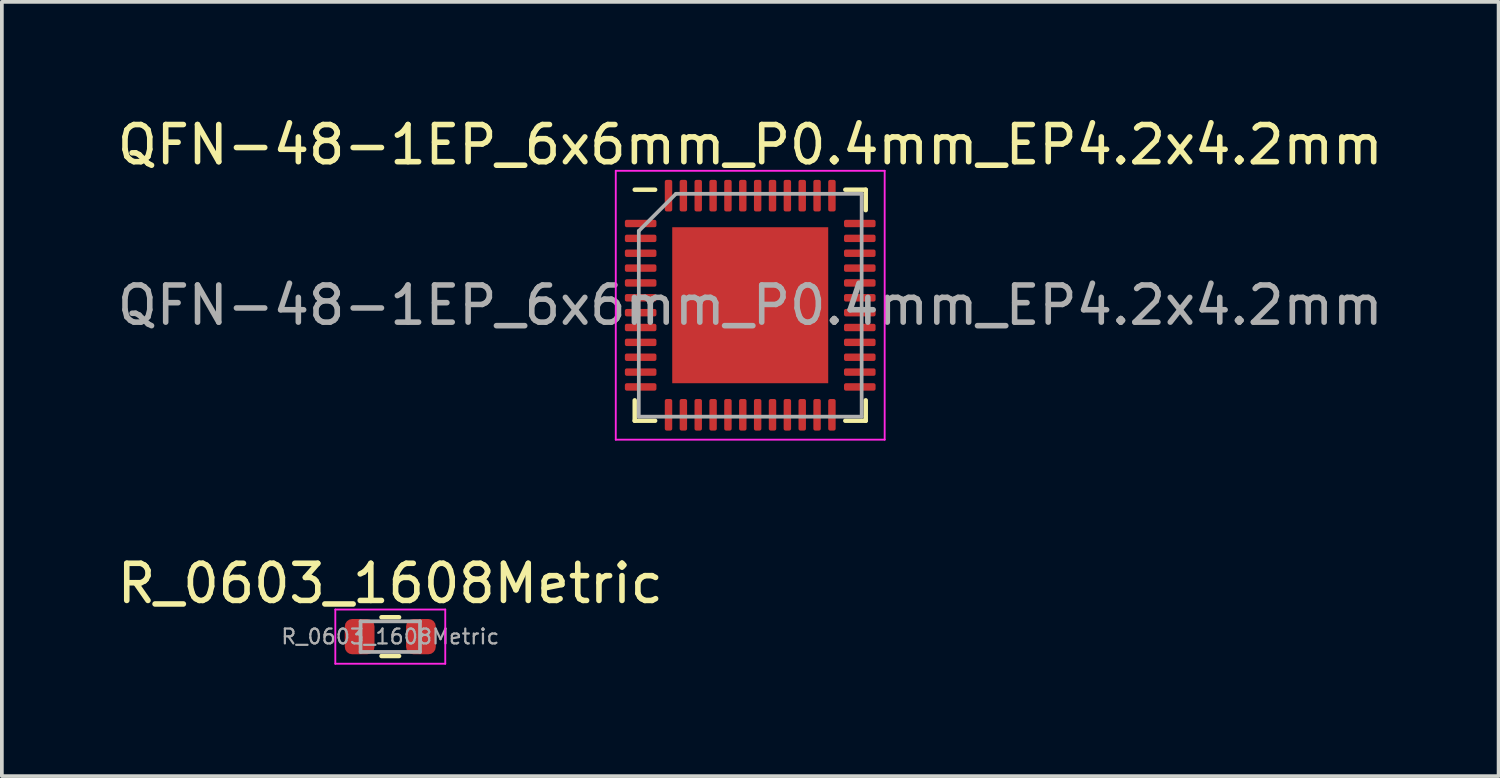
<source format=kicad_pcb>
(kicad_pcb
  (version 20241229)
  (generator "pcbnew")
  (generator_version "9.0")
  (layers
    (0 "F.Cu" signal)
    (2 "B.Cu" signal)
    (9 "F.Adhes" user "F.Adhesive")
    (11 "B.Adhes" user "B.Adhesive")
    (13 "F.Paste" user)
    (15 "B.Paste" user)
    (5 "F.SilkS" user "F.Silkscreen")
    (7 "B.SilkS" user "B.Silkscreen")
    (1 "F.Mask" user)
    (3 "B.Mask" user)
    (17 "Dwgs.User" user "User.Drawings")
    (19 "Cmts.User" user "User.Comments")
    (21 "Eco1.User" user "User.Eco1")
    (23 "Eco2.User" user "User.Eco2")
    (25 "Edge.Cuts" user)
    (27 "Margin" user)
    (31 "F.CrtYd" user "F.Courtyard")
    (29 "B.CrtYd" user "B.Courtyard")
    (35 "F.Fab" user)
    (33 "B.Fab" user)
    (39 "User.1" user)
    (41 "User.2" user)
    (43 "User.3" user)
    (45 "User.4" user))
  (footprint "QFN-48-1EP_6x6mm_P0.4mm_EP4.2x4.2mm"
    (layer "F.Cu")
    (at 17.149 5.168)
    (property "Reference" "QFN-48-1EP_6x6mm_P0.4mm_EP4.2x4.2mm" (at 0 -4.32 0) (layer "F.SilkS") (effects (font (size 1 1) (thickness 0.15))))
    (attr smd)
    (fp_line (start -3.11 3.11) (end -3.11 2.56) (stroke (width 0.12) (type solid)) (layer "F.SilkS"))
    (fp_line (start -2.56 -3.11) (end -3.11 -3.11) (stroke (width 0.12) (type solid)) (layer "F.SilkS"))
    (fp_line (start -2.56 3.11) (end -3.11 3.11) (stroke (width 0.12) (type solid)) (layer "F.SilkS"))
    (fp_line (start 2.56 -3.11) (end 3.11 -3.11) (stroke (width 0.12) (type solid)) (layer "F.SilkS"))
    (fp_line (start 2.56 3.11) (end 3.11 3.11) (stroke (width 0.12) (type solid)) (layer "F.SilkS"))
    (fp_line (start 3.11 -3.11) (end 3.11 -2.56) (stroke (width 0.12) (type solid)) (layer "F.SilkS"))
    (fp_line (start 3.11 3.11) (end 3.11 2.56) (stroke (width 0.12) (type solid)) (layer "F.SilkS"))
    (fp_line (start -3.62 -3.62) (end -3.62 3.62) (stroke (width 0.05) (type solid)) (layer "F.CrtYd"))
    (fp_line (start -3.62 3.62) (end 3.62 3.62) (stroke (width 0.05) (type solid)) (layer "F.CrtYd"))
    (fp_line (start 3.62 -3.62) (end -3.62 -3.62) (stroke (width 0.05) (type solid)) (layer "F.CrtYd"))
    (fp_line (start 3.62 3.62) (end 3.62 -3.62) (stroke (width 0.05) (type solid)) (layer "F.CrtYd"))
    (fp_line (start -3 -2) (end -2 -3) (stroke (width 0.1) (type solid)) (layer "F.Fab"))
    (fp_line (start -3 3) (end -3 -2) (stroke (width 0.1) (type solid)) (layer "F.Fab"))
    (fp_line (start -2 -3) (end 3 -3) (stroke (width 0.1) (type solid)) (layer "F.Fab"))
    (fp_line (start 3 -3) (end 3 3) (stroke (width 0.1) (type solid)) (layer "F.Fab"))
    (fp_line (start 3 3) (end -3 3) (stroke (width 0.1) (type solid)) (layer "F.Fab"))
    (fp_text user "${REFERENCE}" (at 0 0 0) (layer "F.Fab") (effects (font (size 1 1) (thickness 0.15))))
    (pad "" smd roundrect (at -1.4 -1.4) (size 1.13 1.13) (layers "F.Paste") (roundrect_rratio 0.221))
    (pad "" smd roundrect (at -1.4 0) (size 1.13 1.13) (layers "F.Paste") (roundrect_rratio 0.221))
    (pad "" smd roundrect (at -1.4 1.4) (size 1.13 1.13) (layers "F.Paste") (roundrect_rratio 0.221))
    (pad "" smd roundrect (at 0 -1.4) (size 1.13 1.13) (layers "F.Paste") (roundrect_rratio 0.221))
    (pad "" smd roundrect (at 0 0) (size 1.13 1.13) (layers "F.Paste") (roundrect_rratio 0.221))
    (pad "" smd roundrect (at 0 1.4) (size 1.13 1.13) (layers "F.Paste") (roundrect_rratio 0.221))
    (pad "" smd roundrect (at 1.4 -1.4) (size 1.13 1.13) (layers "F.Paste") (roundrect_rratio 0.221))
    (pad "" smd roundrect (at 1.4 0) (size 1.13 1.13) (layers "F.Paste") (roundrect_rratio 0.221))
    (pad "" smd roundrect (at 1.4 1.4) (size 1.13 1.13) (layers "F.Paste") (roundrect_rratio 0.221))
    (pad "1" smd roundrect (at -2.95 -2.2) (size 0.85 0.2) (layers "F.Cu" "F.Mask" "F.Paste") (roundrect_rratio 0.25))
    (pad "2" smd roundrect (at -2.95 -1.8) (size 0.85 0.2) (layers "F.Cu" "F.Mask" "F.Paste") (roundrect_rratio 0.25))
    (pad "3" smd roundrect (at -2.95 -1.4) (size 0.85 0.2) (layers "F.Cu" "F.Mask" "F.Paste") (roundrect_rratio 0.25))
    (pad "4" smd roundrect (at -2.95 -1) (size 0.85 0.2) (layers "F.Cu" "F.Mask" "F.Paste") (roundrect_rratio 0.25))
    (pad "5" smd roundrect (at -2.95 -0.6) (size 0.85 0.2) (layers "F.Cu" "F.Mask" "F.Paste") (roundrect_rratio 0.25))
    (pad "6" smd roundrect (at -2.95 -0.2) (size 0.85 0.2) (layers "F.Cu" "F.Mask" "F.Paste") (roundrect_rratio 0.25))
    (pad "7" smd roundrect (at -2.95 0.2) (size 0.85 0.2) (layers "F.Cu" "F.Mask" "F.Paste") (roundrect_rratio 0.25))
    (pad "8" smd roundrect (at -2.95 0.6) (size 0.85 0.2) (layers "F.Cu" "F.Mask" "F.Paste") (roundrect_rratio 0.25))
    (pad "9" smd roundrect (at -2.95 1) (size 0.85 0.2) (layers "F.Cu" "F.Mask" "F.Paste") (roundrect_rratio 0.25))
    (pad "10" smd roundrect (at -2.95 1.4) (size 0.85 0.2) (layers "F.Cu" "F.Mask" "F.Paste") (roundrect_rratio 0.25))
    (pad "11" smd roundrect (at -2.95 1.8) (size 0.85 0.2) (layers "F.Cu" "F.Mask" "F.Paste") (roundrect_rratio 0.25))
    (pad "12" smd roundrect (at -2.95 2.2) (size 0.85 0.2) (layers "F.Cu" "F.Mask" "F.Paste") (roundrect_rratio 0.25))
    (pad "13" smd roundrect (at -2.2 2.95) (size 0.2 0.85) (layers "F.Cu" "F.Mask" "F.Paste") (roundrect_rratio 0.25))
    (pad "14" smd roundrect (at -1.8 2.95) (size 0.2 0.85) (layers "F.Cu" "F.Mask" "F.Paste") (roundrect_rratio 0.25))
    (pad "15" smd roundrect (at -1.4 2.95) (size 0.2 0.85) (layers "F.Cu" "F.Mask" "F.Paste") (roundrect_rratio 0.25))
    (pad "16" smd roundrect (at -1 2.95) (size 0.2 0.85) (layers "F.Cu" "F.Mask" "F.Paste") (roundrect_rratio 0.25))
    (pad "17" smd roundrect (at -0.6 2.95) (size 0.2 0.85) (layers "F.Cu" "F.Mask" "F.Paste") (roundrect_rratio 0.25))
    (pad "18" smd roundrect (at -0.2 2.95) (size 0.2 0.85) (layers "F.Cu" "F.Mask" "F.Paste") (roundrect_rratio 0.25))
    (pad "19" smd roundrect (at 0.2 2.95) (size 0.2 0.85) (layers "F.Cu" "F.Mask" "F.Paste") (roundrect_rratio 0.25))
    (pad "20" smd roundrect (at 0.6 2.95) (size 0.2 0.85) (layers "F.Cu" "F.Mask" "F.Paste") (roundrect_rratio 0.25))
    (pad "21" smd roundrect (at 1 2.95) (size 0.2 0.85) (layers "F.Cu" "F.Mask" "F.Paste") (roundrect_rratio 0.25))
    (pad "22" smd roundrect (at 1.4 2.95) (size 0.2 0.85) (layers "F.Cu" "F.Mask" "F.Paste") (roundrect_rratio 0.25))
    (pad "23" smd roundrect (at 1.8 2.95) (size 0.2 0.85) (layers "F.Cu" "F.Mask" "F.Paste") (roundrect_rratio 0.25))
    (pad "24" smd roundrect (at 2.2 2.95) (size 0.2 0.85) (layers "F.Cu" "F.Mask" "F.Paste") (roundrect_rratio 0.25))
    (pad "25" smd roundrect (at 2.95 2.2) (size 0.85 0.2) (layers "F.Cu" "F.Mask" "F.Paste") (roundrect_rratio 0.25))
    (pad "26" smd roundrect (at 2.95 1.8) (size 0.85 0.2) (layers "F.Cu" "F.Mask" "F.Paste") (roundrect_rratio 0.25))
    (pad "27" smd roundrect (at 2.95 1.4) (size 0.85 0.2) (layers "F.Cu" "F.Mask" "F.Paste") (roundrect_rratio 0.25))
    (pad "28" smd roundrect (at 2.95 1) (size 0.85 0.2) (layers "F.Cu" "F.Mask" "F.Paste") (roundrect_rratio 0.25))
    (pad "29" smd roundrect (at 2.95 0.6) (size 0.85 0.2) (layers "F.Cu" "F.Mask" "F.Paste") (roundrect_rratio 0.25))
    (pad "30" smd roundrect (at 2.95 0.2) (size 0.85 0.2) (layers "F.Cu" "F.Mask" "F.Paste") (roundrect_rratio 0.25))
    (pad "31" smd roundrect (at 2.95 -0.2) (size 0.85 0.2) (layers "F.Cu" "F.Mask" "F.Paste") (roundrect_rratio 0.25))
    (pad "32" smd roundrect (at 2.95 -0.6) (size 0.85 0.2) (layers "F.Cu" "F.Mask" "F.Paste") (roundrect_rratio 0.25))
    (pad "33" smd roundrect (at 2.95 -1) (size 0.85 0.2) (layers "F.Cu" "F.Mask" "F.Paste") (roundrect_rratio 0.25))
    (pad "34" smd roundrect (at 2.95 -1.4) (size 0.85 0.2) (layers "F.Cu" "F.Mask" "F.Paste") (roundrect_rratio 0.25))
    (pad "35" smd roundrect (at 2.95 -1.8) (size 0.85 0.2) (layers "F.Cu" "F.Mask" "F.Paste") (roundrect_rratio 0.25))
    (pad "36" smd roundrect (at 2.95 -2.2) (size 0.85 0.2) (layers "F.Cu" "F.Mask" "F.Paste") (roundrect_rratio 0.25))
    (pad "37" smd roundrect (at 2.2 -2.95) (size 0.2 0.85) (layers "F.Cu" "F.Mask" "F.Paste") (roundrect_rratio 0.25))
    (pad "38" smd roundrect (at 1.8 -2.95) (size 0.2 0.85) (layers "F.Cu" "F.Mask" "F.Paste") (roundrect_rratio 0.25))
    (pad "39" smd roundrect (at 1.4 -2.95) (size 0.2 0.85) (layers "F.Cu" "F.Mask" "F.Paste") (roundrect_rratio 0.25))
    (pad "40" smd roundrect (at 1 -2.95) (size 0.2 0.85) (layers "F.Cu" "F.Mask" "F.Paste") (roundrect_rratio 0.25))
    (pad "41" smd roundrect (at 0.6 -2.95) (size 0.2 0.85) (layers "F.Cu" "F.Mask" "F.Paste") (roundrect_rratio 0.25))
    (pad "42" smd roundrect (at 0.2 -2.95) (size 0.2 0.85) (layers "F.Cu" "F.Mask" "F.Paste") (roundrect_rratio 0.25))
    (pad "43" smd roundrect (at -0.2 -2.95) (size 0.2 0.85) (layers "F.Cu" "F.Mask" "F.Paste") (roundrect_rratio 0.25))
    (pad "44" smd roundrect (at -0.6 -2.95) (size 0.2 0.85) (layers "F.Cu" "F.Mask" "F.Paste") (roundrect_rratio 0.25))
    (pad "45" smd roundrect (at -1 -2.95) (size 0.2 0.85) (layers "F.Cu" "F.Mask" "F.Paste") (roundrect_rratio 0.25))
    (pad "46" smd roundrect (at -1.4 -2.95) (size 0.2 0.85) (layers "F.Cu" "F.Mask" "F.Paste") (roundrect_rratio 0.25))
    (pad "47" smd roundrect (at -1.8 -2.95) (size 0.2 0.85) (layers "F.Cu" "F.Mask" "F.Paste") (roundrect_rratio 0.25))
    (pad "48" smd roundrect (at -2.2 -2.95) (size 0.2 0.85) (layers "F.Cu" "F.Mask" "F.Paste") (roundrect_rratio 0.25))
    (pad "49" smd rect (at 0 0) (size 4.2 4.2) (layers "F.Cu" "F.Mask")))
  (footprint "R_0603_1608Metric"
    (layer "F.Cu")
    (at 7.458 14.091)
    (property "Reference" "R_0603_1608Metric" (at 0 -1.43 0) (layer "F.SilkS") (effects (font (size 1 1) (thickness 0.15))))
    (attr smd)
    (fp_line (start -0.237 -0.522) (end 0.237 -0.522) (stroke (width 0.12) (type solid)) (layer "F.SilkS"))
    (fp_line (start -0.237 0.522) (end 0.237 0.522) (stroke (width 0.12) (type solid)) (layer "F.SilkS"))
    (fp_line (start -1.48 -0.73) (end 1.48 -0.73) (stroke (width 0.05) (type solid)) (layer "F.CrtYd"))
    (fp_line (start -1.48 0.73) (end -1.48 -0.73) (stroke (width 0.05) (type solid)) (layer "F.CrtYd"))
    (fp_line (start 1.48 -0.73) (end 1.48 0.73) (stroke (width 0.05) (type solid)) (layer "F.CrtYd"))
    (fp_line (start 1.48 0.73) (end -1.48 0.73) (stroke (width 0.05) (type solid)) (layer "F.CrtYd"))
    (fp_line (start -0.8 -0.412) (end 0.8 -0.412) (stroke (width 0.1) (type solid)) (layer "F.Fab"))
    (fp_line (start -0.8 0.412) (end -0.8 -0.412) (stroke (width 0.1) (type solid)) (layer "F.Fab"))
    (fp_line (start 0.8 -0.412) (end 0.8 0.412) (stroke (width 0.1) (type solid)) (layer "F.Fab"))
    (fp_line (start 0.8 0.412) (end -0.8 0.412) (stroke (width 0.1) (type solid)) (layer "F.Fab"))
    (fp_text user "${REFERENCE}" (at 0 0 0) (layer "F.Fab") (effects (font (size 0.4 0.4) (thickness 0.06))))
    (pad "1" smd roundrect (at -0.825 0) (size 0.8 0.95) (layers "F.Cu" "F.Mask" "F.Paste") (roundrect_rratio 0.25))
    (pad "2" smd roundrect (at 0.825 0) (size 0.8 0.95) (layers "F.Cu" "F.Mask" "F.Paste") (roundrect_rratio 0.25)))
  (gr_rect
    (start -3 -3)
    (end 37.298 17.846)
    (stroke (width 0.1) (type default))
    (fill no)
    (layer "Edge.Cuts")))
</source>
